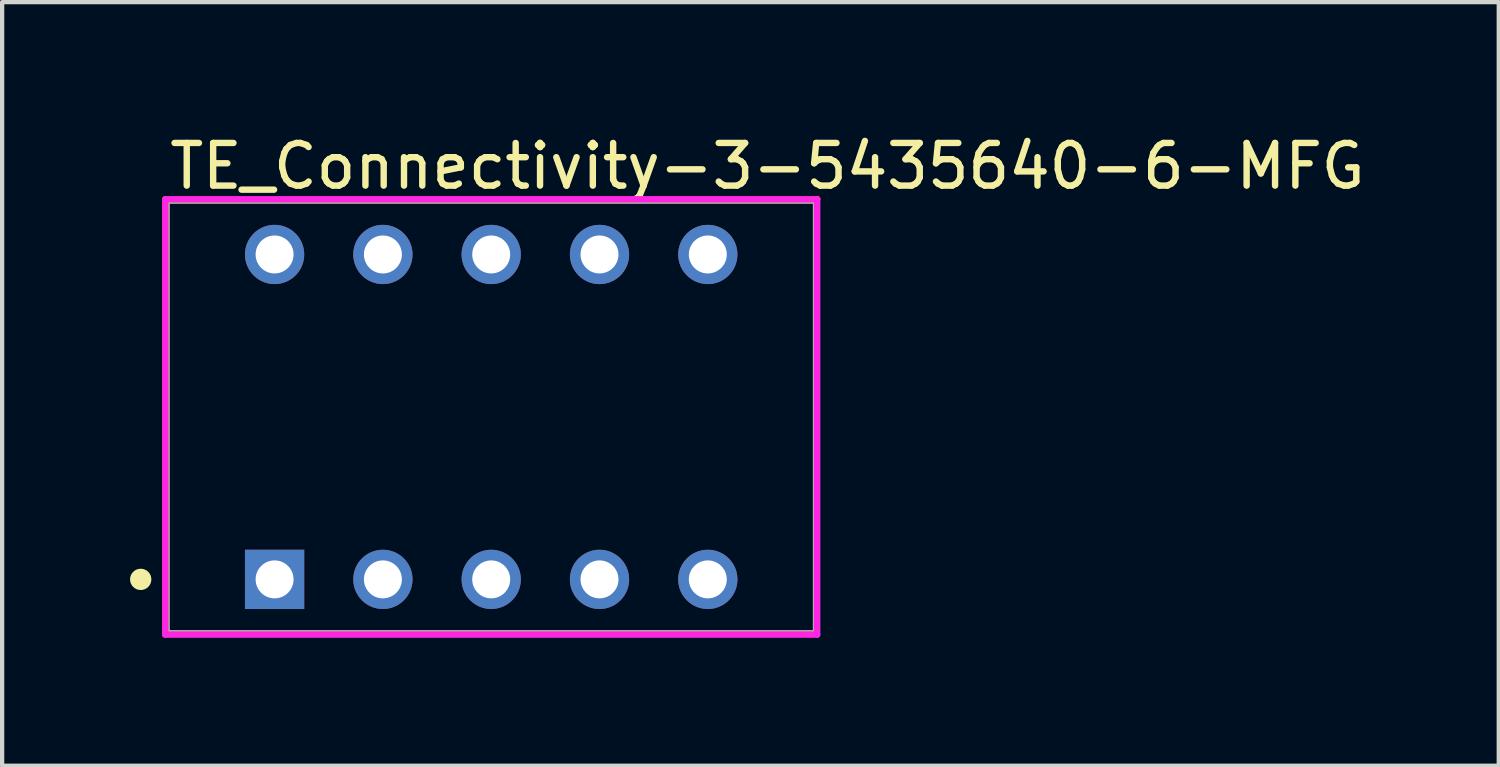
<source format=kicad_pcb>
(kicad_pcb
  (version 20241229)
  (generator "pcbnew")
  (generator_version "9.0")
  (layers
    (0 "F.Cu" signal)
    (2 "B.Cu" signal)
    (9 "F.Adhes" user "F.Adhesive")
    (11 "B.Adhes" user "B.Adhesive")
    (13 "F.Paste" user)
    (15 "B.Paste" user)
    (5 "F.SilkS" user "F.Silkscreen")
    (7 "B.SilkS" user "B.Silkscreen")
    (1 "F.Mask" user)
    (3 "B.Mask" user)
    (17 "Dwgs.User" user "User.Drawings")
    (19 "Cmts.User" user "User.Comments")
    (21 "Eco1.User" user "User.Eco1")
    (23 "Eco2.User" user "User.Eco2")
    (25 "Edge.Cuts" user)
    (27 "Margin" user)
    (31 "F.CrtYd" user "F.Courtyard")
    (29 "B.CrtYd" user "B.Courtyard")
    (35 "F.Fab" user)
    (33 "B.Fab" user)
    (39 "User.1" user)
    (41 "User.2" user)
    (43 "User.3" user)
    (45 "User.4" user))
  (footprint "TE_Connectivity-3-5435640-6-MFG"
    (layer "F.Cu")
    (at 8.47 6.728)
    (property "Reference" "TE_Connectivity-3-5435640-6-MFG" (at -7.62 -5.88 0) (layer "F.SilkS") (effects (font (size 1 1) (thickness 0.15)) (justify left)))
    (attr through_hole)
    (fp_line (start -7.62 -5.08) (end 7.62 -5.08) (stroke (width 0.15) (type solid)) (layer "F.SilkS"))
    (fp_line (start -7.62 5.08) (end -7.62 -5.08) (stroke (width 0.15) (type solid)) (layer "F.SilkS"))
    (fp_line (start -7.62 5.08) (end 7.62 5.08) (stroke (width 0.15) (type solid)) (layer "F.SilkS"))
    (fp_line (start 7.62 5.08) (end 7.62 -5.08) (stroke (width 0.15) (type solid)) (layer "F.SilkS"))
    (fp_circle (center -8.22 3.81) (end -8.095 3.81) (stroke (width 0.25) (type solid)) (fill no) (layer "F.SilkS"))
    (fp_line (start -7.645 -5.105) (end -7.645 5.105) (stroke (width 0.15) (type solid)) (layer "F.CrtYd"))
    (fp_line (start -7.645 5.105) (end 7.645 5.105) (stroke (width 0.15) (type solid)) (layer "F.CrtYd"))
    (fp_line (start 7.645 -5.105) (end -7.645 -5.105) (stroke (width 0.15) (type solid)) (layer "F.CrtYd"))
    (fp_line (start 7.645 -5.105) (end 7.645 -5.105) (stroke (width 0.15) (type solid)) (layer "F.CrtYd"))
    (fp_line (start 7.645 5.105) (end 7.645 -5.105) (stroke (width 0.15) (type solid)) (layer "F.CrtYd"))
    (fp_line (start -7.62 -5.08) (end 7.62 -5.08) (stroke (width 0.15) (type solid)) (layer "F.Fab"))
    (fp_line (start -7.62 5.08) (end -7.62 -5.08) (stroke (width 0.15) (type solid)) (layer "F.Fab"))
    (fp_line (start 7.62 -5.08) (end 7.62 5.08) (stroke (width 0.15) (type solid)) (layer "F.Fab"))
    (fp_line (start 7.62 5.08) (end -7.62 5.08) (stroke (width 0.15) (type solid)) (layer "F.Fab"))
    (pad "1" thru_hole rect (at -5.08 3.81) (size 1.39 1.39) (drill 0.89) (layers "*.Cu"))
    (pad "2" thru_hole circle (at -2.54 3.81) (size 1.39 1.39) (drill 0.89) (layers "*.Cu"))
    (pad "3" thru_hole circle (at 0 3.81) (size 1.39 1.39) (drill 0.89) (layers "*.Cu"))
    (pad "4" thru_hole circle (at 2.54 3.81) (size 1.39 1.39) (drill 0.89) (layers "*.Cu"))
    (pad "5" thru_hole circle (at 5.08 3.81) (size 1.39 1.39) (drill 0.89) (layers "*.Cu"))
    (pad "6" thru_hole circle (at 5.08 -3.81) (size 1.39 1.39) (drill 0.89) (layers "*.Cu"))
    (pad "7" thru_hole circle (at 2.54 -3.81) (size 1.39 1.39) (drill 0.89) (layers "*.Cu"))
    (pad "8" thru_hole circle (at 0 -3.81) (size 1.39 1.39) (drill 0.89) (layers "*.Cu"))
    (pad "9" thru_hole circle (at -2.54 -3.81) (size 1.39 1.39) (drill 0.89) (layers "*.Cu"))
    (pad "10" thru_hole circle (at -5.08 -3.81) (size 1.39 1.39) (drill 0.89) (layers "*.Cu")))
  (gr_rect
    (start -3 -3)
    (end 32.1 14.908)
    (stroke (width 0.1) (type default))
    (fill no)
    (layer "Edge.Cuts")))
</source>
